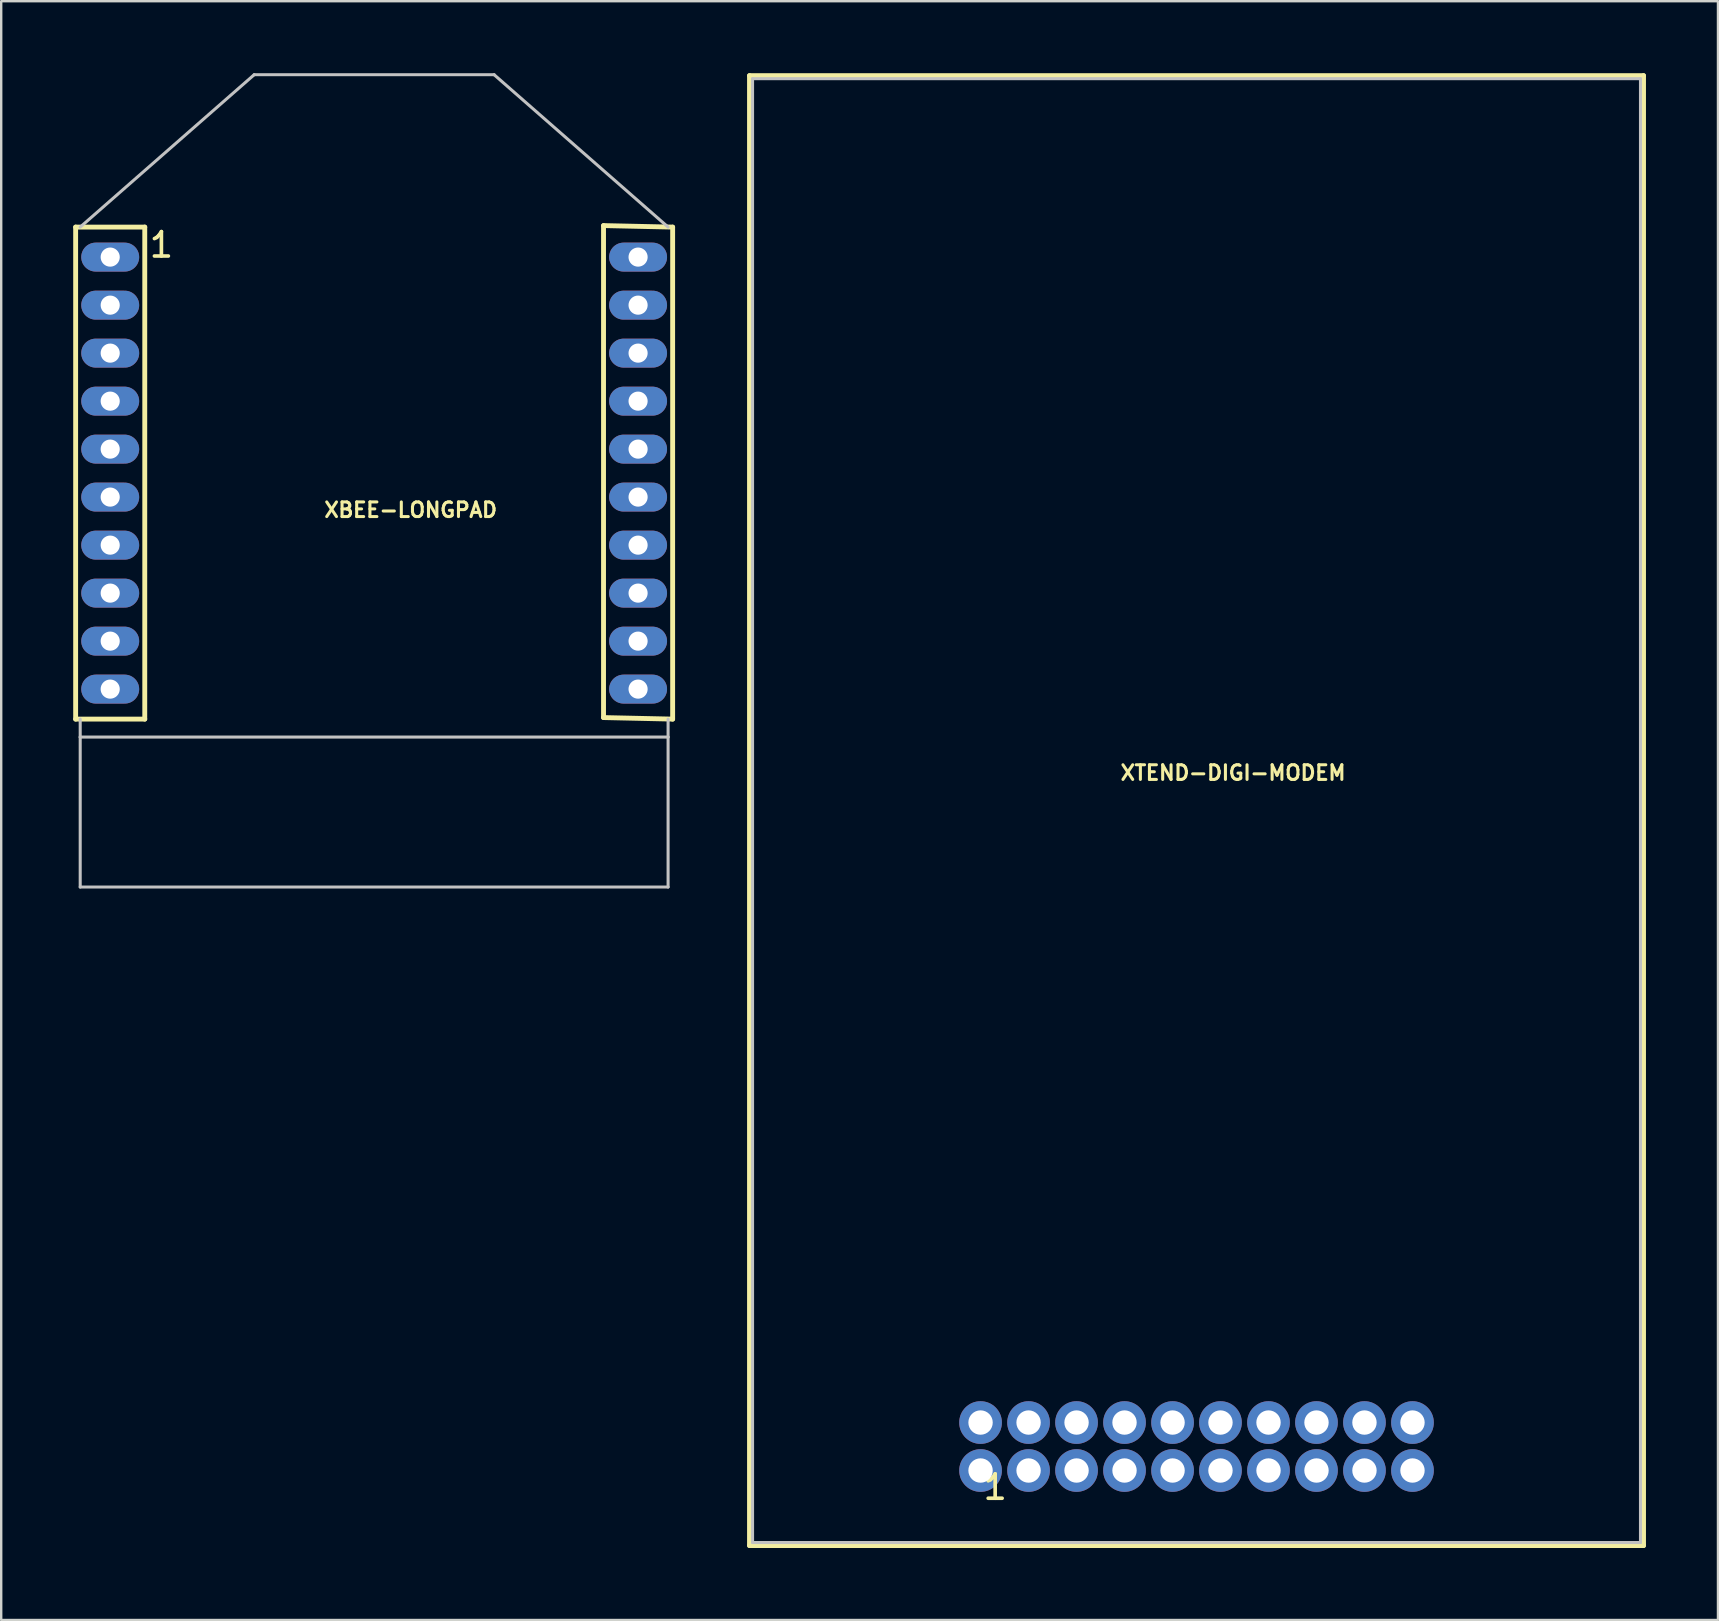
<source format=kicad_pcb>
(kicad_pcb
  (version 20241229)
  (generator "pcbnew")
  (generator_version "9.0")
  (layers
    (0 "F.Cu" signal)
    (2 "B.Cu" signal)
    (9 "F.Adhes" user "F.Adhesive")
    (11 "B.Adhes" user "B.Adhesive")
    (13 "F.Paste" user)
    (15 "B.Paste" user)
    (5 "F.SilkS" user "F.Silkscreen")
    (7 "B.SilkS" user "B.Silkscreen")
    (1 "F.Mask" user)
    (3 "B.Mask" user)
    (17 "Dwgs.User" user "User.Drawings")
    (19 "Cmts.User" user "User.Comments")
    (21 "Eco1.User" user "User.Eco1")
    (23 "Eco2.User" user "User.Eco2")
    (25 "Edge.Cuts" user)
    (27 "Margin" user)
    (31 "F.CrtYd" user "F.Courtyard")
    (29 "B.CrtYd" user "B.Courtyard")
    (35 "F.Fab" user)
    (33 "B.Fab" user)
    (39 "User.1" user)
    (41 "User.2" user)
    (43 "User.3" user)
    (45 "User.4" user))
  (footprint "XTEND-DIGI-MODEM"
    (layer "F.Cu")
    (at 46.807 30.726)
    (property "Reference" "XTEND-DIGI-MODEM" (at 1.524 -1.575 0) (layer "F.SilkS") (effects (font (size 0.61 0.61) (thickness 0.127))))
    (attr exclude_from_pos_files exclude_from_bom)
    (fp_line (start -18.626 -30.625) (end 18.626 -30.625) (stroke (width 0.203) (type solid)) (layer "F.SilkS"))
    (fp_line (start -18.626 30.625) (end -18.626 -30.625) (stroke (width 0.203) (type solid)) (layer "F.SilkS"))
    (fp_line (start -18.626 30.625) (end 18.626 30.625) (stroke (width 0.203) (type solid)) (layer "F.SilkS"))
    (fp_line (start 18.626 30.625) (end 18.626 -30.625) (stroke (width 0.203) (type solid)) (layer "F.SilkS"))
    (fp_line (start -18.499 -30.498) (end 18.499 -30.498) (stroke (width 0.127) (type solid)) (layer "Dwgs.User"))
    (fp_line (start -18.499 30.498) (end -18.499 -30.498) (stroke (width 0.127) (type solid)) (layer "Dwgs.User"))
    (fp_line (start -18.499 30.498) (end 18.499 30.498) (stroke (width 0.127) (type solid)) (layer "Dwgs.User"))
    (fp_line (start 18.499 30.498) (end 18.499 -30.498) (stroke (width 0.127) (type solid)) (layer "Dwgs.User"))
    (fp_text user "1" (at -8.39 28.191 0) (layer "F.SilkS") (effects (font (size 1.016 1.016) (thickness 0.152))))
    (pad "1" thru_hole circle (at -8.999 27.498) (size 1.778 1.778) (drill 1.016) (layers "*.Cu" "*.Paste" "*.Mask"))
    (pad "2" thru_hole circle (at -8.999 25.499) (size 1.778 1.778) (drill 1.016) (layers "*.Cu" "*.Paste" "*.Mask"))
    (pad "3" thru_hole circle (at -6.998 27.498) (size 1.778 1.778) (drill 1.016) (layers "*.Cu" "*.Paste" "*.Mask"))
    (pad "4" thru_hole circle (at -6.998 25.499) (size 1.778 1.778) (drill 1.016) (layers "*.Cu" "*.Paste" "*.Mask"))
    (pad "5" thru_hole circle (at -4.999 27.498) (size 1.778 1.778) (drill 1.016) (layers "*.Cu" "*.Paste" "*.Mask"))
    (pad "6" thru_hole circle (at -4.999 25.499) (size 1.778 1.778) (drill 1.016) (layers "*.Cu" "*.Paste" "*.Mask"))
    (pad "7" thru_hole circle (at -3 27.498) (size 1.778 1.778) (drill 1.016) (layers "*.Cu" "*.Paste" "*.Mask"))
    (pad "8" thru_hole circle (at -3 25.499) (size 1.778 1.778) (drill 1.016) (layers "*.Cu" "*.Paste" "*.Mask"))
    (pad "9" thru_hole circle (at -0.998 27.498) (size 1.778 1.778) (drill 1.016) (layers "*.Cu" "*.Paste" "*.Mask"))
    (pad "10" thru_hole circle (at -0.998 25.499) (size 1.778 1.778) (drill 1.016) (layers "*.Cu" "*.Paste" "*.Mask"))
    (pad "11" thru_hole circle (at 0.998 27.498) (size 1.778 1.778) (drill 1.016) (layers "*.Cu" "*.Paste" "*.Mask"))
    (pad "12" thru_hole circle (at 0.998 25.499) (size 1.778 1.778) (drill 1.016) (layers "*.Cu" "*.Paste" "*.Mask"))
    (pad "13" thru_hole circle (at 3 27.498) (size 1.778 1.778) (drill 1.016) (layers "*.Cu" "*.Paste" "*.Mask"))
    (pad "14" thru_hole circle (at 3 25.499) (size 1.778 1.778) (drill 1.016) (layers "*.Cu" "*.Paste" "*.Mask"))
    (pad "15" thru_hole circle (at 4.999 27.498) (size 1.778 1.778) (drill 1.016) (layers "*.Cu" "*.Paste" "*.Mask"))
    (pad "16" thru_hole circle (at 4.999 25.499) (size 1.778 1.778) (drill 1.016) (layers "*.Cu" "*.Paste" "*.Mask"))
    (pad "17" thru_hole circle (at 6.998 27.498) (size 1.778 1.778) (drill 1.016) (layers "*.Cu" "*.Paste" "*.Mask"))
    (pad "18" thru_hole circle (at 6.998 25.499) (size 1.778 1.778) (drill 1.016) (layers "*.Cu" "*.Paste" "*.Mask"))
    (pad "19" thru_hole circle (at 8.999 27.498) (size 1.778 1.778) (drill 1.016) (layers "*.Cu" "*.Paste" "*.Mask"))
    (pad "20" thru_hole circle (at 8.999 25.499) (size 1.778 1.778) (drill 1.016) (layers "*.Cu" "*.Paste" "*.Mask")))
  (footprint "XBEE-LONGPAD"
    (layer "F.Cu")
    (at 12.54 27.663)
    (property "Reference" "XBEE-LONGPAD" (at 1.524 -9.464 0) (layer "F.SilkS") (effects (font (size 0.61 0.61) (thickness 0.127))))
    (attr exclude_from_pos_files exclude_from_bom)
    (fp_line (start -12.438 -21.25) (end -12.438 -0.749) (stroke (width 0.203) (type solid)) (layer "F.SilkS"))
    (fp_line (start -12.438 -0.749) (end -9.558 -0.749) (stroke (width 0.203) (type solid)) (layer "F.SilkS"))
    (fp_line (start -9.558 -21.25) (end -12.438 -21.25) (stroke (width 0.203) (type solid)) (layer "F.SilkS"))
    (fp_line (start -9.558 -21.25) (end -9.558 -0.749) (stroke (width 0.203) (type solid)) (layer "F.SilkS"))
    (fp_line (start 9.558 -21.313) (end 9.558 -0.813) (stroke (width 0.203) (type solid)) (layer "F.SilkS"))
    (fp_line (start 9.558 -21.313) (end 12.438 -21.25) (stroke (width 0.203) (type solid)) (layer "F.SilkS"))
    (fp_line (start 12.438 -21.25) (end 12.438 -0.749) (stroke (width 0.203) (type solid)) (layer "F.SilkS"))
    (fp_line (start 12.438 -0.749) (end 9.558 -0.813) (stroke (width 0.203) (type solid)) (layer "F.SilkS"))
    (fp_line (start -12.248 -21.25) (end -4.999 -27.6) (stroke (width 0.127) (type solid)) (layer "Dwgs.User"))
    (fp_line (start -12.248 -0.749) (end -12.248 0) (stroke (width 0.127) (type solid)) (layer "Dwgs.User"))
    (fp_line (start -12.248 0) (end -12.248 6.248) (stroke (width 0.127) (type solid)) (layer "Dwgs.User"))
    (fp_line (start -12.248 0) (end 12.248 0) (stroke (width 0.127) (type solid)) (layer "Dwgs.User"))
    (fp_line (start -12.248 6.248) (end 12.248 6.248) (stroke (width 0.127) (type solid)) (layer "Dwgs.User"))
    (fp_line (start -4.999 -27.6) (end 4.999 -27.6) (stroke (width 0.127) (type solid)) (layer "Dwgs.User"))
    (fp_line (start 12.248 -21.25) (end 4.999 -27.6) (stroke (width 0.127) (type solid)) (layer "Dwgs.User"))
    (fp_line (start 12.248 -0.749) (end 12.248 0) (stroke (width 0.127) (type solid)) (layer "Dwgs.User"))
    (fp_line (start 12.248 0) (end 12.248 6.248) (stroke (width 0.127) (type solid)) (layer "Dwgs.User"))
    (fp_text user "1" (at -8.865 -20.508 0) (layer "F.SilkS") (effects (font (size 1.016 1.016) (thickness 0.152))))
    (pad "1" thru_hole oval (at -10.998 -20 90) (size 1.206 2.413) (drill 0.798) (layers "*.Cu" "*.Paste" "*.Mask"))
    (pad "2" thru_hole oval (at -10.998 -17.998 90) (size 1.206 2.413) (drill 0.798) (layers "*.Cu" "*.Paste" "*.Mask"))
    (pad "3" thru_hole oval (at -10.998 -15.999 90) (size 1.206 2.413) (drill 0.798) (layers "*.Cu" "*.Paste" "*.Mask"))
    (pad "4" thru_hole oval (at -10.998 -13.998 90) (size 1.206 2.413) (drill 0.798) (layers "*.Cu" "*.Paste" "*.Mask"))
    (pad "5" thru_hole oval (at -10.998 -11.999 90) (size 1.206 2.413) (drill 0.798) (layers "*.Cu" "*.Paste" "*.Mask"))
    (pad "6" thru_hole oval (at -10.998 -10 90) (size 1.206 2.413) (drill 0.798) (layers "*.Cu" "*.Paste" "*.Mask"))
    (pad "7" thru_hole oval (at -10.998 -7.998 90) (size 1.206 2.413) (drill 0.798) (layers "*.Cu" "*.Paste" "*.Mask"))
    (pad "8" thru_hole oval (at -10.998 -5.999 90) (size 1.206 2.413) (drill 0.798) (layers "*.Cu" "*.Paste" "*.Mask"))
    (pad "9" thru_hole oval (at -10.998 -3.998 90) (size 1.206 2.413) (drill 0.798) (layers "*.Cu" "*.Paste" "*.Mask"))
    (pad "10" thru_hole oval (at -10.998 -1.999 90) (size 1.206 2.413) (drill 0.798) (layers "*.Cu" "*.Paste" "*.Mask"))
    (pad "11" thru_hole oval (at 10.998 -1.999 90) (size 1.206 2.413) (drill 0.798) (layers "*.Cu" "*.Paste" "*.Mask"))
    (pad "12" thru_hole oval (at 10.998 -3.998 90) (size 1.206 2.413) (drill 0.798) (layers "*.Cu" "*.Paste" "*.Mask"))
    (pad "13" thru_hole oval (at 10.998 -5.999 90) (size 1.206 2.413) (drill 0.798) (layers "*.Cu" "*.Paste" "*.Mask"))
    (pad "14" thru_hole oval (at 10.998 -7.998 90) (size 1.206 2.413) (drill 0.798) (layers "*.Cu" "*.Paste" "*.Mask"))
    (pad "15" thru_hole oval (at 10.998 -10 90) (size 1.206 2.413) (drill 0.798) (layers "*.Cu" "*.Paste" "*.Mask"))
    (pad "16" thru_hole oval (at 10.998 -11.999 90) (size 1.206 2.413) (drill 0.798) (layers "*.Cu" "*.Paste" "*.Mask"))
    (pad "17" thru_hole oval (at 10.998 -13.998 90) (size 1.206 2.413) (drill 0.798) (layers "*.Cu" "*.Paste" "*.Mask"))
    (pad "18" thru_hole oval (at 10.998 -15.999 90) (size 1.206 2.413) (drill 0.798) (layers "*.Cu" "*.Paste" "*.Mask"))
    (pad "19" thru_hole oval (at 10.998 -17.998 90) (size 1.206 2.413) (drill 0.798) (layers "*.Cu" "*.Paste" "*.Mask"))
    (pad "20" thru_hole oval (at 10.998 -20 90) (size 1.206 2.413) (drill 0.798) (layers "*.Cu" "*.Paste" "*.Mask")))
  (gr_rect
    (start -3 -3)
    (end 68.535 64.453)
    (stroke (width 0.1) (type default))
    (fill no)
    (layer "Edge.Cuts")))
</source>
